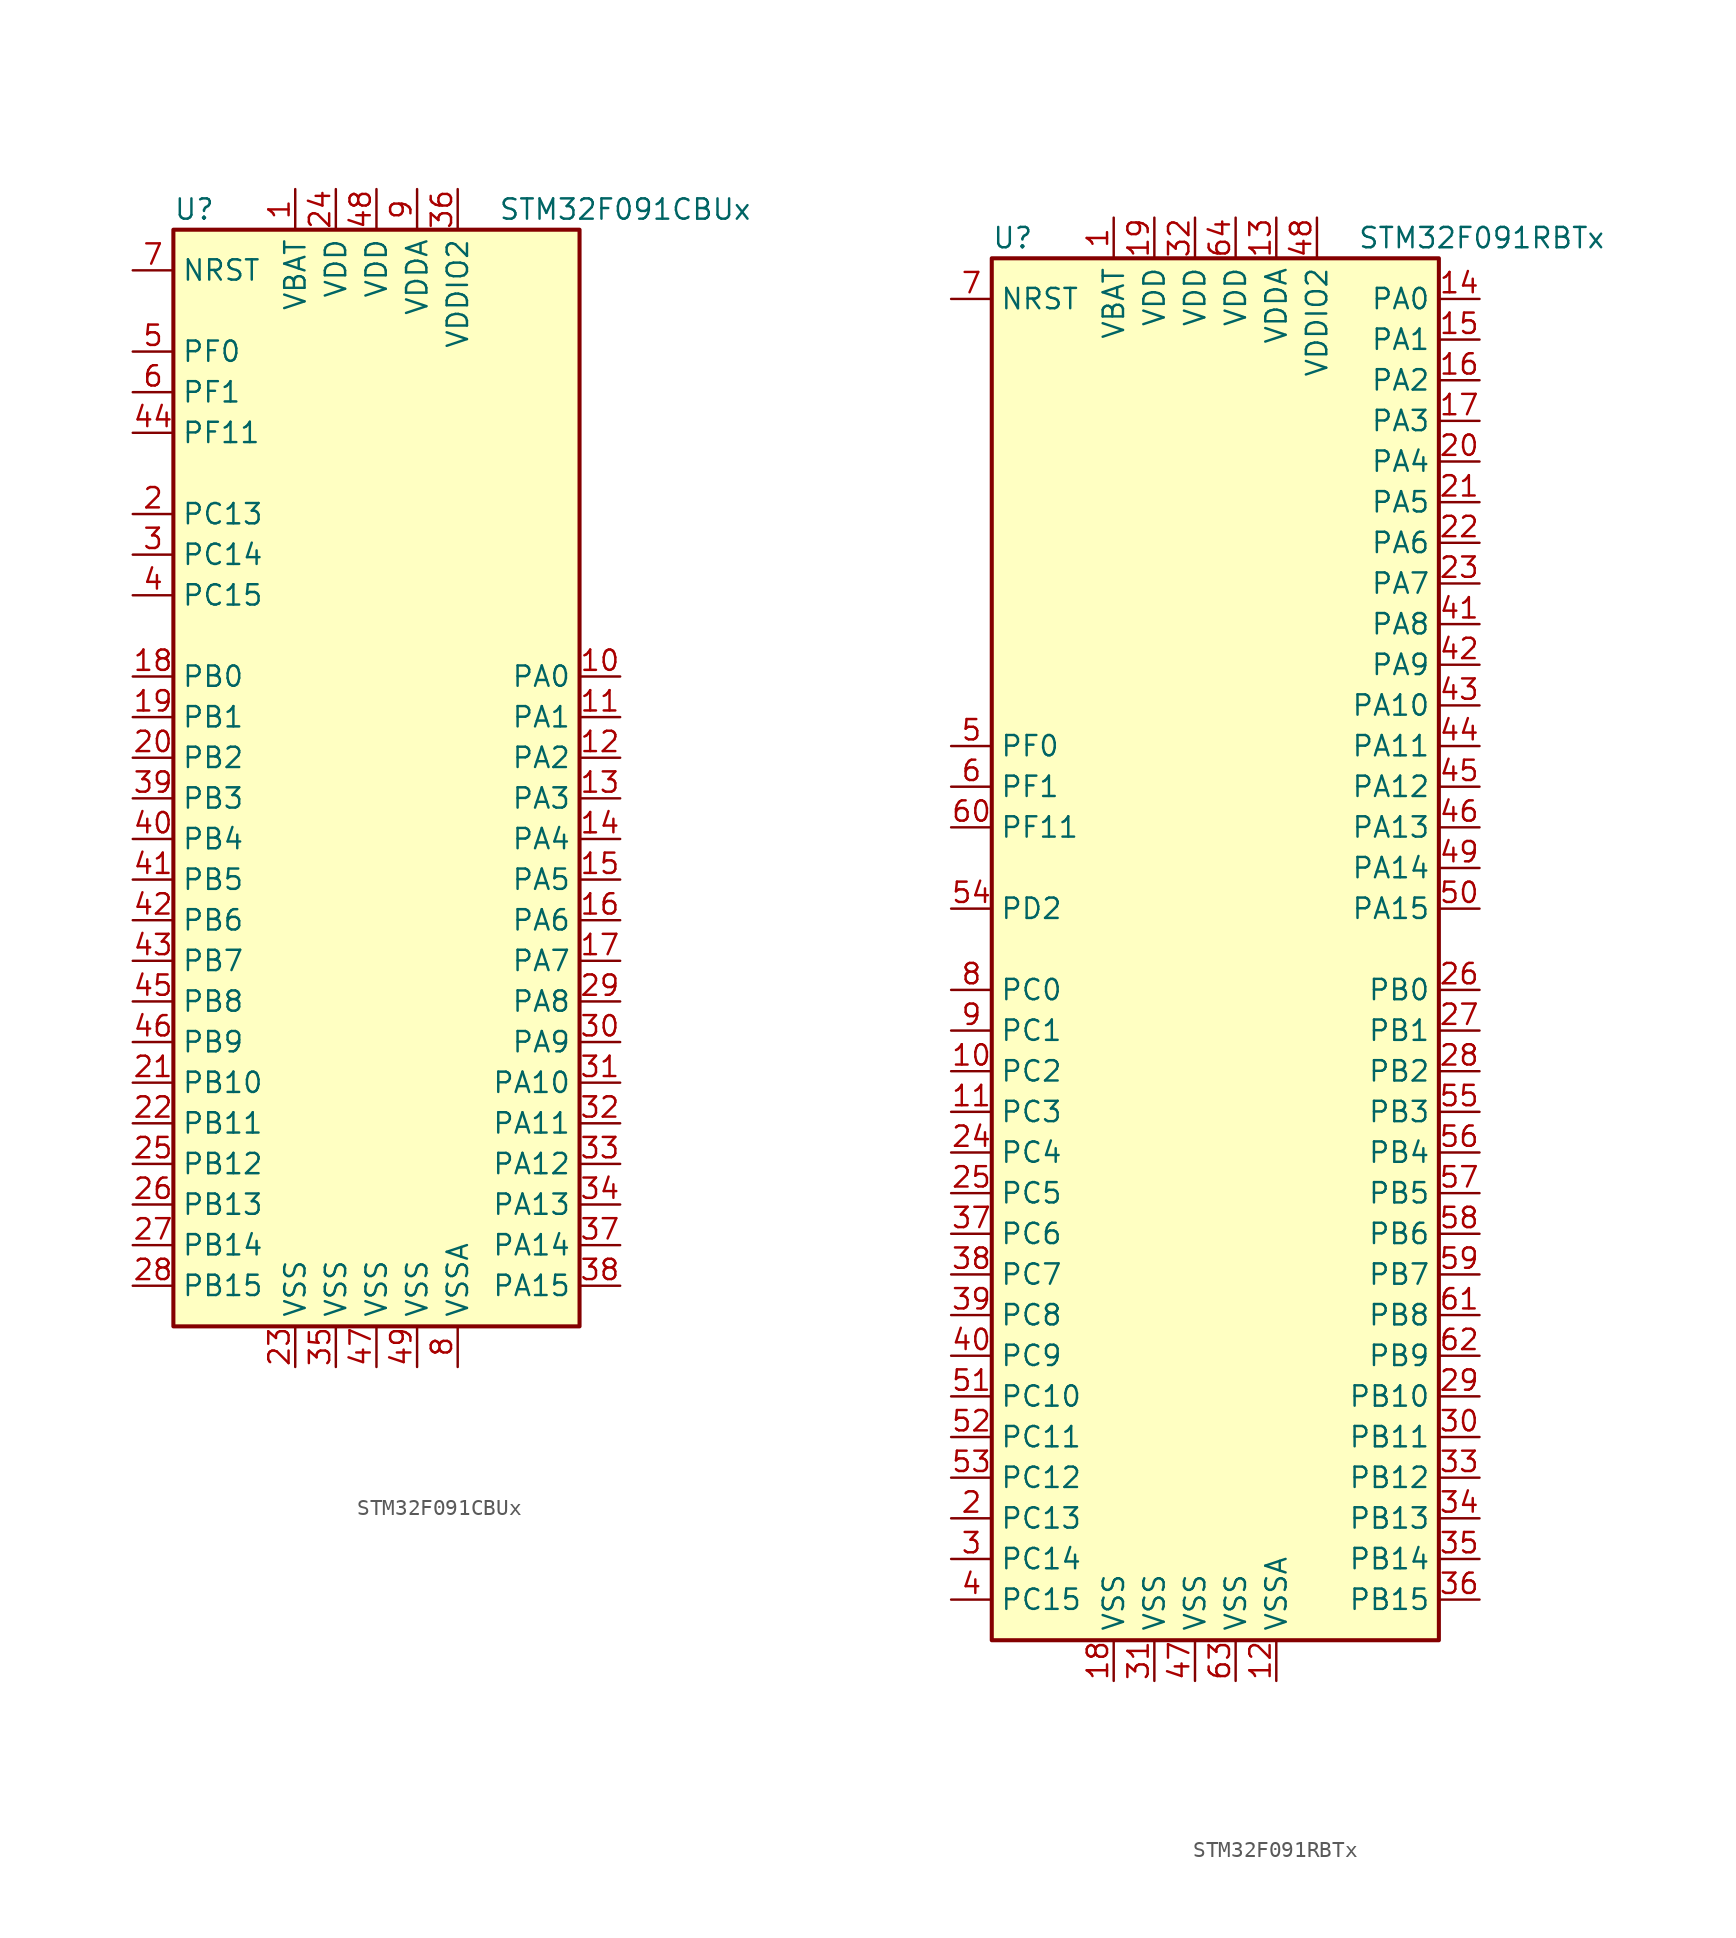
<source format=kicad_sym>
(kicad_symbol_lib
  (version 20201005)
  (generator kicad_symbol_editor)
  (symbol "STM32F091CBUx"
    (property "Reference" "U"
      (at -12.7 34.29 0)
      (effects (font (size 1.27 1.27)) (justify left)))
    (property "Value" "STM32F091CBUx"
      (at 7.62 34.29 0)
      (effects (font (size 1.27 1.27)) (justify left)))
    (symbol "STM32F091CBUx_0_1"
      (rectangle (start -12.7 -35.56) (end 12.7 33.02) (stroke (width 0.254)) (fill (type background))))
    (symbol "STM32F091CBUx_1_1"
      (pin power_in line (at -5.08 35.56 270) (length 2.54) (name "VBAT" (effects (font (size 1.27 1.27)))) (number "1" (effects (font (size 1.27 1.27)))))
      (pin bidirectional line (at 15.24 5.08 180) (length 2.54) (name "PA0" (effects (font (size 1.27 1.27)))) (number "10" (effects (font (size 1.27 1.27)))))
      (pin bidirectional line (at 15.24 2.54 180) (length 2.54) (name "PA1" (effects (font (size 1.27 1.27)))) (number "11" (effects (font (size 1.27 1.27)))))
      (pin bidirectional line (at 15.24 0 180) (length 2.54) (name "PA2" (effects (font (size 1.27 1.27)))) (number "12" (effects (font (size 1.27 1.27)))))
      (pin bidirectional line (at 15.24 -2.54 180) (length 2.54) (name "PA3" (effects (font (size 1.27 1.27)))) (number "13" (effects (font (size 1.27 1.27)))))
      (pin bidirectional line (at 15.24 -5.08 180) (length 2.54) (name "PA4" (effects (font (size 1.27 1.27)))) (number "14" (effects (font (size 1.27 1.27)))))
      (pin bidirectional line (at 15.24 -7.62 180) (length 2.54) (name "PA5" (effects (font (size 1.27 1.27)))) (number "15" (effects (font (size 1.27 1.27)))))
      (pin bidirectional line (at 15.24 -10.16 180) (length 2.54) (name "PA6" (effects (font (size 1.27 1.27)))) (number "16" (effects (font (size 1.27 1.27)))))
      (pin bidirectional line (at 15.24 -12.7 180) (length 2.54) (name "PA7" (effects (font (size 1.27 1.27)))) (number "17" (effects (font (size 1.27 1.27)))))
      (pin bidirectional line (at -15.24 5.08 0) (length 2.54) (name "PB0" (effects (font (size 1.27 1.27)))) (number "18" (effects (font (size 1.27 1.27)))))
      (pin bidirectional line (at -15.24 2.54 0) (length 2.54) (name "PB1" (effects (font (size 1.27 1.27)))) (number "19" (effects (font (size 1.27 1.27)))))
      (pin bidirectional line (at -15.24 15.24 0) (length 2.54) (name "PC13" (effects (font (size 1.27 1.27)))) (number "2" (effects (font (size 1.27 1.27)))))
      (pin bidirectional line (at -15.24 0 0) (length 2.54) (name "PB2" (effects (font (size 1.27 1.27)))) (number "20" (effects (font (size 1.27 1.27)))))
      (pin bidirectional line (at -15.24 -20.32 0) (length 2.54) (name "PB10" (effects (font (size 1.27 1.27)))) (number "21" (effects (font (size 1.27 1.27)))))
      (pin bidirectional line (at -15.24 -22.86 0) (length 2.54) (name "PB11" (effects (font (size 1.27 1.27)))) (number "22" (effects (font (size 1.27 1.27)))))
      (pin power_in line (at -5.08 -38.1 90) (length 2.54) (name "VSS" (effects (font (size 1.27 1.27)))) (number "23" (effects (font (size 1.27 1.27)))))
      (pin power_in line (at -2.54 35.56 270) (length 2.54) (name "VDD" (effects (font (size 1.27 1.27)))) (number "24" (effects (font (size 1.27 1.27)))))
      (pin bidirectional line (at -15.24 -25.4 0) (length 2.54) (name "PB12" (effects (font (size 1.27 1.27)))) (number "25" (effects (font (size 1.27 1.27)))))
      (pin bidirectional line (at -15.24 -27.94 0) (length 2.54) (name "PB13" (effects (font (size 1.27 1.27)))) (number "26" (effects (font (size 1.27 1.27)))))
      (pin bidirectional line (at -15.24 -30.48 0) (length 2.54) (name "PB14" (effects (font (size 1.27 1.27)))) (number "27" (effects (font (size 1.27 1.27)))))
      (pin bidirectional line (at -15.24 -33.02 0) (length 2.54) (name "PB15" (effects (font (size 1.27 1.27)))) (number "28" (effects (font (size 1.27 1.27)))))
      (pin bidirectional line (at 15.24 -15.24 180) (length 2.54) (name "PA8" (effects (font (size 1.27 1.27)))) (number "29" (effects (font (size 1.27 1.27)))))
      (pin bidirectional line (at -15.24 12.7 0) (length 2.54) (name "PC14" (effects (font (size 1.27 1.27)))) (number "3" (effects (font (size 1.27 1.27)))))
      (pin bidirectional line (at 15.24 -17.78 180) (length 2.54) (name "PA9" (effects (font (size 1.27 1.27)))) (number "30" (effects (font (size 1.27 1.27)))))
      (pin bidirectional line (at 15.24 -20.32 180) (length 2.54) (name "PA10" (effects (font (size 1.27 1.27)))) (number "31" (effects (font (size 1.27 1.27)))))
      (pin bidirectional line (at 15.24 -22.86 180) (length 2.54) (name "PA11" (effects (font (size 1.27 1.27)))) (number "32" (effects (font (size 1.27 1.27)))))
      (pin bidirectional line (at 15.24 -25.4 180) (length 2.54) (name "PA12" (effects (font (size 1.27 1.27)))) (number "33" (effects (font (size 1.27 1.27)))))
      (pin bidirectional line (at 15.24 -27.94 180) (length 2.54) (name "PA13" (effects (font (size 1.27 1.27)))) (number "34" (effects (font (size 1.27 1.27)))))
      (pin power_in line (at -2.54 -38.1 90) (length 2.54) (name "VSS" (effects (font (size 1.27 1.27)))) (number "35" (effects (font (size 1.27 1.27)))))
      (pin power_in line (at 5.08 35.56 270) (length 2.54) (name "VDDIO2" (effects (font (size 1.27 1.27)))) (number "36" (effects (font (size 1.27 1.27)))))
      (pin bidirectional line (at 15.24 -30.48 180) (length 2.54) (name "PA14" (effects (font (size 1.27 1.27)))) (number "37" (effects (font (size 1.27 1.27)))))
      (pin bidirectional line (at 15.24 -33.02 180) (length 2.54) (name "PA15" (effects (font (size 1.27 1.27)))) (number "38" (effects (font (size 1.27 1.27)))))
      (pin bidirectional line (at -15.24 -2.54 0) (length 2.54) (name "PB3" (effects (font (size 1.27 1.27)))) (number "39" (effects (font (size 1.27 1.27)))))
      (pin bidirectional line (at -15.24 10.16 0) (length 2.54) (name "PC15" (effects (font (size 1.27 1.27)))) (number "4" (effects (font (size 1.27 1.27)))))
      (pin bidirectional line (at -15.24 -5.08 0) (length 2.54) (name "PB4" (effects (font (size 1.27 1.27)))) (number "40" (effects (font (size 1.27 1.27)))))
      (pin bidirectional line (at -15.24 -7.62 0) (length 2.54) (name "PB5" (effects (font (size 1.27 1.27)))) (number "41" (effects (font (size 1.27 1.27)))))
      (pin bidirectional line (at -15.24 -10.16 0) (length 2.54) (name "PB6" (effects (font (size 1.27 1.27)))) (number "42" (effects (font (size 1.27 1.27)))))
      (pin bidirectional line (at -15.24 -12.7 0) (length 2.54) (name "PB7" (effects (font (size 1.27 1.27)))) (number "43" (effects (font (size 1.27 1.27)))))
      (pin bidirectional line (at -15.24 20.32 0) (length 2.54) (name "PF11" (effects (font (size 1.27 1.27)))) (number "44" (effects (font (size 1.27 1.27)))))
      (pin bidirectional line (at -15.24 -15.24 0) (length 2.54) (name "PB8" (effects (font (size 1.27 1.27)))) (number "45" (effects (font (size 1.27 1.27)))))
      (pin bidirectional line (at -15.24 -17.78 0) (length 2.54) (name "PB9" (effects (font (size 1.27 1.27)))) (number "46" (effects (font (size 1.27 1.27)))))
      (pin power_in line (at 0 -38.1 90) (length 2.54) (name "VSS" (effects (font (size 1.27 1.27)))) (number "47" (effects (font (size 1.27 1.27)))))
      (pin power_in line (at 0 35.56 270) (length 2.54) (name "VDD" (effects (font (size 1.27 1.27)))) (number "48" (effects (font (size 1.27 1.27)))))
      (pin power_in line (at 2.54 -38.1 90) (length 2.54) (name "VSS" (effects (font (size 1.27 1.27)))) (number "49" (effects (font (size 1.27 1.27)))))
      (pin input line (at -15.24 25.4 0) (length 2.54) (name "PF0" (effects (font (size 1.27 1.27)))) (number "5" (effects (font (size 1.27 1.27)))))
      (pin input line (at -15.24 22.86 0) (length 2.54) (name "PF1" (effects (font (size 1.27 1.27)))) (number "6" (effects (font (size 1.27 1.27)))))
      (pin input line (at -15.24 30.48 0) (length 2.54) (name "NRST" (effects (font (size 1.27 1.27)))) (number "7" (effects (font (size 1.27 1.27)))))
      (pin power_in line (at 5.08 -38.1 90) (length 2.54) (name "VSSA" (effects (font (size 1.27 1.27)))) (number "8" (effects (font (size 1.27 1.27)))))
      (pin power_in line (at 2.54 35.56 270) (length 2.54) (name "VDDA" (effects (font (size 1.27 1.27)))) (number "9" (effects (font (size 1.27 1.27)))))))
  (symbol "STM32F091RBTx"
    (property "Reference" "U"
      (at -15.24 44.45 0)
      (effects (font (size 1.27 1.27)) (justify left)))
    (property "Value" "STM32F091RBTx"
      (at 7.62 44.45 0)
      (effects (font (size 1.27 1.27)) (justify left)))
    (symbol "STM32F091RBTx_0_1"
      (rectangle (start -15.24 -43.18) (end 12.7 43.18) (stroke (width 0.254)) (fill (type background))))
    (symbol "STM32F091RBTx_1_1"
      (pin power_in line (at -7.62 45.72 270) (length 2.54) (name "VBAT" (effects (font (size 1.27 1.27)))) (number "1" (effects (font (size 1.27 1.27)))))
      (pin bidirectional line (at -17.78 -7.62 0) (length 2.54) (name "PC2" (effects (font (size 1.27 1.27)))) (number "10" (effects (font (size 1.27 1.27)))))
      (pin bidirectional line (at -17.78 -10.16 0) (length 2.54) (name "PC3" (effects (font (size 1.27 1.27)))) (number "11" (effects (font (size 1.27 1.27)))))
      (pin power_in line (at 2.54 -45.72 90) (length 2.54) (name "VSSA" (effects (font (size 1.27 1.27)))) (number "12" (effects (font (size 1.27 1.27)))))
      (pin power_in line (at 2.54 45.72 270) (length 2.54) (name "VDDA" (effects (font (size 1.27 1.27)))) (number "13" (effects (font (size 1.27 1.27)))))
      (pin bidirectional line (at 15.24 40.64 180) (length 2.54) (name "PA0" (effects (font (size 1.27 1.27)))) (number "14" (effects (font (size 1.27 1.27)))))
      (pin bidirectional line (at 15.24 38.1 180) (length 2.54) (name "PA1" (effects (font (size 1.27 1.27)))) (number "15" (effects (font (size 1.27 1.27)))))
      (pin bidirectional line (at 15.24 35.56 180) (length 2.54) (name "PA2" (effects (font (size 1.27 1.27)))) (number "16" (effects (font (size 1.27 1.27)))))
      (pin bidirectional line (at 15.24 33.02 180) (length 2.54) (name "PA3" (effects (font (size 1.27 1.27)))) (number "17" (effects (font (size 1.27 1.27)))))
      (pin power_in line (at -7.62 -45.72 90) (length 2.54) (name "VSS" (effects (font (size 1.27 1.27)))) (number "18" (effects (font (size 1.27 1.27)))))
      (pin power_in line (at -5.08 45.72 270) (length 2.54) (name "VDD" (effects (font (size 1.27 1.27)))) (number "19" (effects (font (size 1.27 1.27)))))
      (pin bidirectional line (at -17.78 -35.56 0) (length 2.54) (name "PC13" (effects (font (size 1.27 1.27)))) (number "2" (effects (font (size 1.27 1.27)))))
      (pin bidirectional line (at 15.24 30.48 180) (length 2.54) (name "PA4" (effects (font (size 1.27 1.27)))) (number "20" (effects (font (size 1.27 1.27)))))
      (pin bidirectional line (at 15.24 27.94 180) (length 2.54) (name "PA5" (effects (font (size 1.27 1.27)))) (number "21" (effects (font (size 1.27 1.27)))))
      (pin bidirectional line (at 15.24 25.4 180) (length 2.54) (name "PA6" (effects (font (size 1.27 1.27)))) (number "22" (effects (font (size 1.27 1.27)))))
      (pin bidirectional line (at 15.24 22.86 180) (length 2.54) (name "PA7" (effects (font (size 1.27 1.27)))) (number "23" (effects (font (size 1.27 1.27)))))
      (pin bidirectional line (at -17.78 -12.7 0) (length 2.54) (name "PC4" (effects (font (size 1.27 1.27)))) (number "24" (effects (font (size 1.27 1.27)))))
      (pin bidirectional line (at -17.78 -15.24 0) (length 2.54) (name "PC5" (effects (font (size 1.27 1.27)))) (number "25" (effects (font (size 1.27 1.27)))))
      (pin bidirectional line (at 15.24 -2.54 180) (length 2.54) (name "PB0" (effects (font (size 1.27 1.27)))) (number "26" (effects (font (size 1.27 1.27)))))
      (pin bidirectional line (at 15.24 -5.08 180) (length 2.54) (name "PB1" (effects (font (size 1.27 1.27)))) (number "27" (effects (font (size 1.27 1.27)))))
      (pin bidirectional line (at 15.24 -7.62 180) (length 2.54) (name "PB2" (effects (font (size 1.27 1.27)))) (number "28" (effects (font (size 1.27 1.27)))))
      (pin bidirectional line (at 15.24 -27.94 180) (length 2.54) (name "PB10" (effects (font (size 1.27 1.27)))) (number "29" (effects (font (size 1.27 1.27)))))
      (pin bidirectional line (at -17.78 -38.1 0) (length 2.54) (name "PC14" (effects (font (size 1.27 1.27)))) (number "3" (effects (font (size 1.27 1.27)))))
      (pin bidirectional line (at 15.24 -30.48 180) (length 2.54) (name "PB11" (effects (font (size 1.27 1.27)))) (number "30" (effects (font (size 1.27 1.27)))))
      (pin power_in line (at -5.08 -45.72 90) (length 2.54) (name "VSS" (effects (font (size 1.27 1.27)))) (number "31" (effects (font (size 1.27 1.27)))))
      (pin power_in line (at -2.54 45.72 270) (length 2.54) (name "VDD" (effects (font (size 1.27 1.27)))) (number "32" (effects (font (size 1.27 1.27)))))
      (pin bidirectional line (at 15.24 -33.02 180) (length 2.54) (name "PB12" (effects (font (size 1.27 1.27)))) (number "33" (effects (font (size 1.27 1.27)))))
      (pin bidirectional line (at 15.24 -35.56 180) (length 2.54) (name "PB13" (effects (font (size 1.27 1.27)))) (number "34" (effects (font (size 1.27 1.27)))))
      (pin bidirectional line (at 15.24 -38.1 180) (length 2.54) (name "PB14" (effects (font (size 1.27 1.27)))) (number "35" (effects (font (size 1.27 1.27)))))
      (pin bidirectional line (at 15.24 -40.64 180) (length 2.54) (name "PB15" (effects (font (size 1.27 1.27)))) (number "36" (effects (font (size 1.27 1.27)))))
      (pin bidirectional line (at -17.78 -17.78 0) (length 2.54) (name "PC6" (effects (font (size 1.27 1.27)))) (number "37" (effects (font (size 1.27 1.27)))))
      (pin bidirectional line (at -17.78 -20.32 0) (length 2.54) (name "PC7" (effects (font (size 1.27 1.27)))) (number "38" (effects (font (size 1.27 1.27)))))
      (pin bidirectional line (at -17.78 -22.86 0) (length 2.54) (name "PC8" (effects (font (size 1.27 1.27)))) (number "39" (effects (font (size 1.27 1.27)))))
      (pin bidirectional line (at -17.78 -40.64 0) (length 2.54) (name "PC15" (effects (font (size 1.27 1.27)))) (number "4" (effects (font (size 1.27 1.27)))))
      (pin bidirectional line (at -17.78 -25.4 0) (length 2.54) (name "PC9" (effects (font (size 1.27 1.27)))) (number "40" (effects (font (size 1.27 1.27)))))
      (pin bidirectional line (at 15.24 20.32 180) (length 2.54) (name "PA8" (effects (font (size 1.27 1.27)))) (number "41" (effects (font (size 1.27 1.27)))))
      (pin bidirectional line (at 15.24 17.78 180) (length 2.54) (name "PA9" (effects (font (size 1.27 1.27)))) (number "42" (effects (font (size 1.27 1.27)))))
      (pin bidirectional line (at 15.24 15.24 180) (length 2.54) (name "PA10" (effects (font (size 1.27 1.27)))) (number "43" (effects (font (size 1.27 1.27)))))
      (pin bidirectional line (at 15.24 12.7 180) (length 2.54) (name "PA11" (effects (font (size 1.27 1.27)))) (number "44" (effects (font (size 1.27 1.27)))))
      (pin bidirectional line (at 15.24 10.16 180) (length 2.54) (name "PA12" (effects (font (size 1.27 1.27)))) (number "45" (effects (font (size 1.27 1.27)))))
      (pin bidirectional line (at 15.24 7.62 180) (length 2.54) (name "PA13" (effects (font (size 1.27 1.27)))) (number "46" (effects (font (size 1.27 1.27)))))
      (pin power_in line (at -2.54 -45.72 90) (length 2.54) (name "VSS" (effects (font (size 1.27 1.27)))) (number "47" (effects (font (size 1.27 1.27)))))
      (pin power_in line (at 5.08 45.72 270) (length 2.54) (name "VDDIO2" (effects (font (size 1.27 1.27)))) (number "48" (effects (font (size 1.27 1.27)))))
      (pin bidirectional line (at 15.24 5.08 180) (length 2.54) (name "PA14" (effects (font (size 1.27 1.27)))) (number "49" (effects (font (size 1.27 1.27)))))
      (pin input line (at -17.78 12.7 0) (length 2.54) (name "PF0" (effects (font (size 1.27 1.27)))) (number "5" (effects (font (size 1.27 1.27)))))
      (pin bidirectional line (at 15.24 2.54 180) (length 2.54) (name "PA15" (effects (font (size 1.27 1.27)))) (number "50" (effects (font (size 1.27 1.27)))))
      (pin bidirectional line (at -17.78 -27.94 0) (length 2.54) (name "PC10" (effects (font (size 1.27 1.27)))) (number "51" (effects (font (size 1.27 1.27)))))
      (pin bidirectional line (at -17.78 -30.48 0) (length 2.54) (name "PC11" (effects (font (size 1.27 1.27)))) (number "52" (effects (font (size 1.27 1.27)))))
      (pin bidirectional line (at -17.78 -33.02 0) (length 2.54) (name "PC12" (effects (font (size 1.27 1.27)))) (number "53" (effects (font (size 1.27 1.27)))))
      (pin bidirectional line (at -17.78 2.54 0) (length 2.54) (name "PD2" (effects (font (size 1.27 1.27)))) (number "54" (effects (font (size 1.27 1.27)))))
      (pin bidirectional line (at 15.24 -10.16 180) (length 2.54) (name "PB3" (effects (font (size 1.27 1.27)))) (number "55" (effects (font (size 1.27 1.27)))))
      (pin bidirectional line (at 15.24 -12.7 180) (length 2.54) (name "PB4" (effects (font (size 1.27 1.27)))) (number "56" (effects (font (size 1.27 1.27)))))
      (pin bidirectional line (at 15.24 -15.24 180) (length 2.54) (name "PB5" (effects (font (size 1.27 1.27)))) (number "57" (effects (font (size 1.27 1.27)))))
      (pin bidirectional line (at 15.24 -17.78 180) (length 2.54) (name "PB6" (effects (font (size 1.27 1.27)))) (number "58" (effects (font (size 1.27 1.27)))))
      (pin bidirectional line (at 15.24 -20.32 180) (length 2.54) (name "PB7" (effects (font (size 1.27 1.27)))) (number "59" (effects (font (size 1.27 1.27)))))
      (pin input line (at -17.78 10.16 0) (length 2.54) (name "PF1" (effects (font (size 1.27 1.27)))) (number "6" (effects (font (size 1.27 1.27)))))
      (pin bidirectional line (at -17.78 7.62 0) (length 2.54) (name "PF11" (effects (font (size 1.27 1.27)))) (number "60" (effects (font (size 1.27 1.27)))))
      (pin bidirectional line (at 15.24 -22.86 180) (length 2.54) (name "PB8" (effects (font (size 1.27 1.27)))) (number "61" (effects (font (size 1.27 1.27)))))
      (pin bidirectional line (at 15.24 -25.4 180) (length 2.54) (name "PB9" (effects (font (size 1.27 1.27)))) (number "62" (effects (font (size 1.27 1.27)))))
      (pin power_in line (at 0 -45.72 90) (length 2.54) (name "VSS" (effects (font (size 1.27 1.27)))) (number "63" (effects (font (size 1.27 1.27)))))
      (pin power_in line (at 0 45.72 270) (length 2.54) (name "VDD" (effects (font (size 1.27 1.27)))) (number "64" (effects (font (size 1.27 1.27)))))
      (pin input line (at -17.78 40.64 0) (length 2.54) (name "NRST" (effects (font (size 1.27 1.27)))) (number "7" (effects (font (size 1.27 1.27)))))
      (pin bidirectional line (at -17.78 -2.54 0) (length 2.54) (name "PC0" (effects (font (size 1.27 1.27)))) (number "8" (effects (font (size 1.27 1.27)))))
      (pin bidirectional line (at -17.78 -5.08 0) (length 2.54) (name "PC1" (effects (font (size 1.27 1.27)))) (number "9" (effects (font (size 1.27 1.27))))))))
</source>
